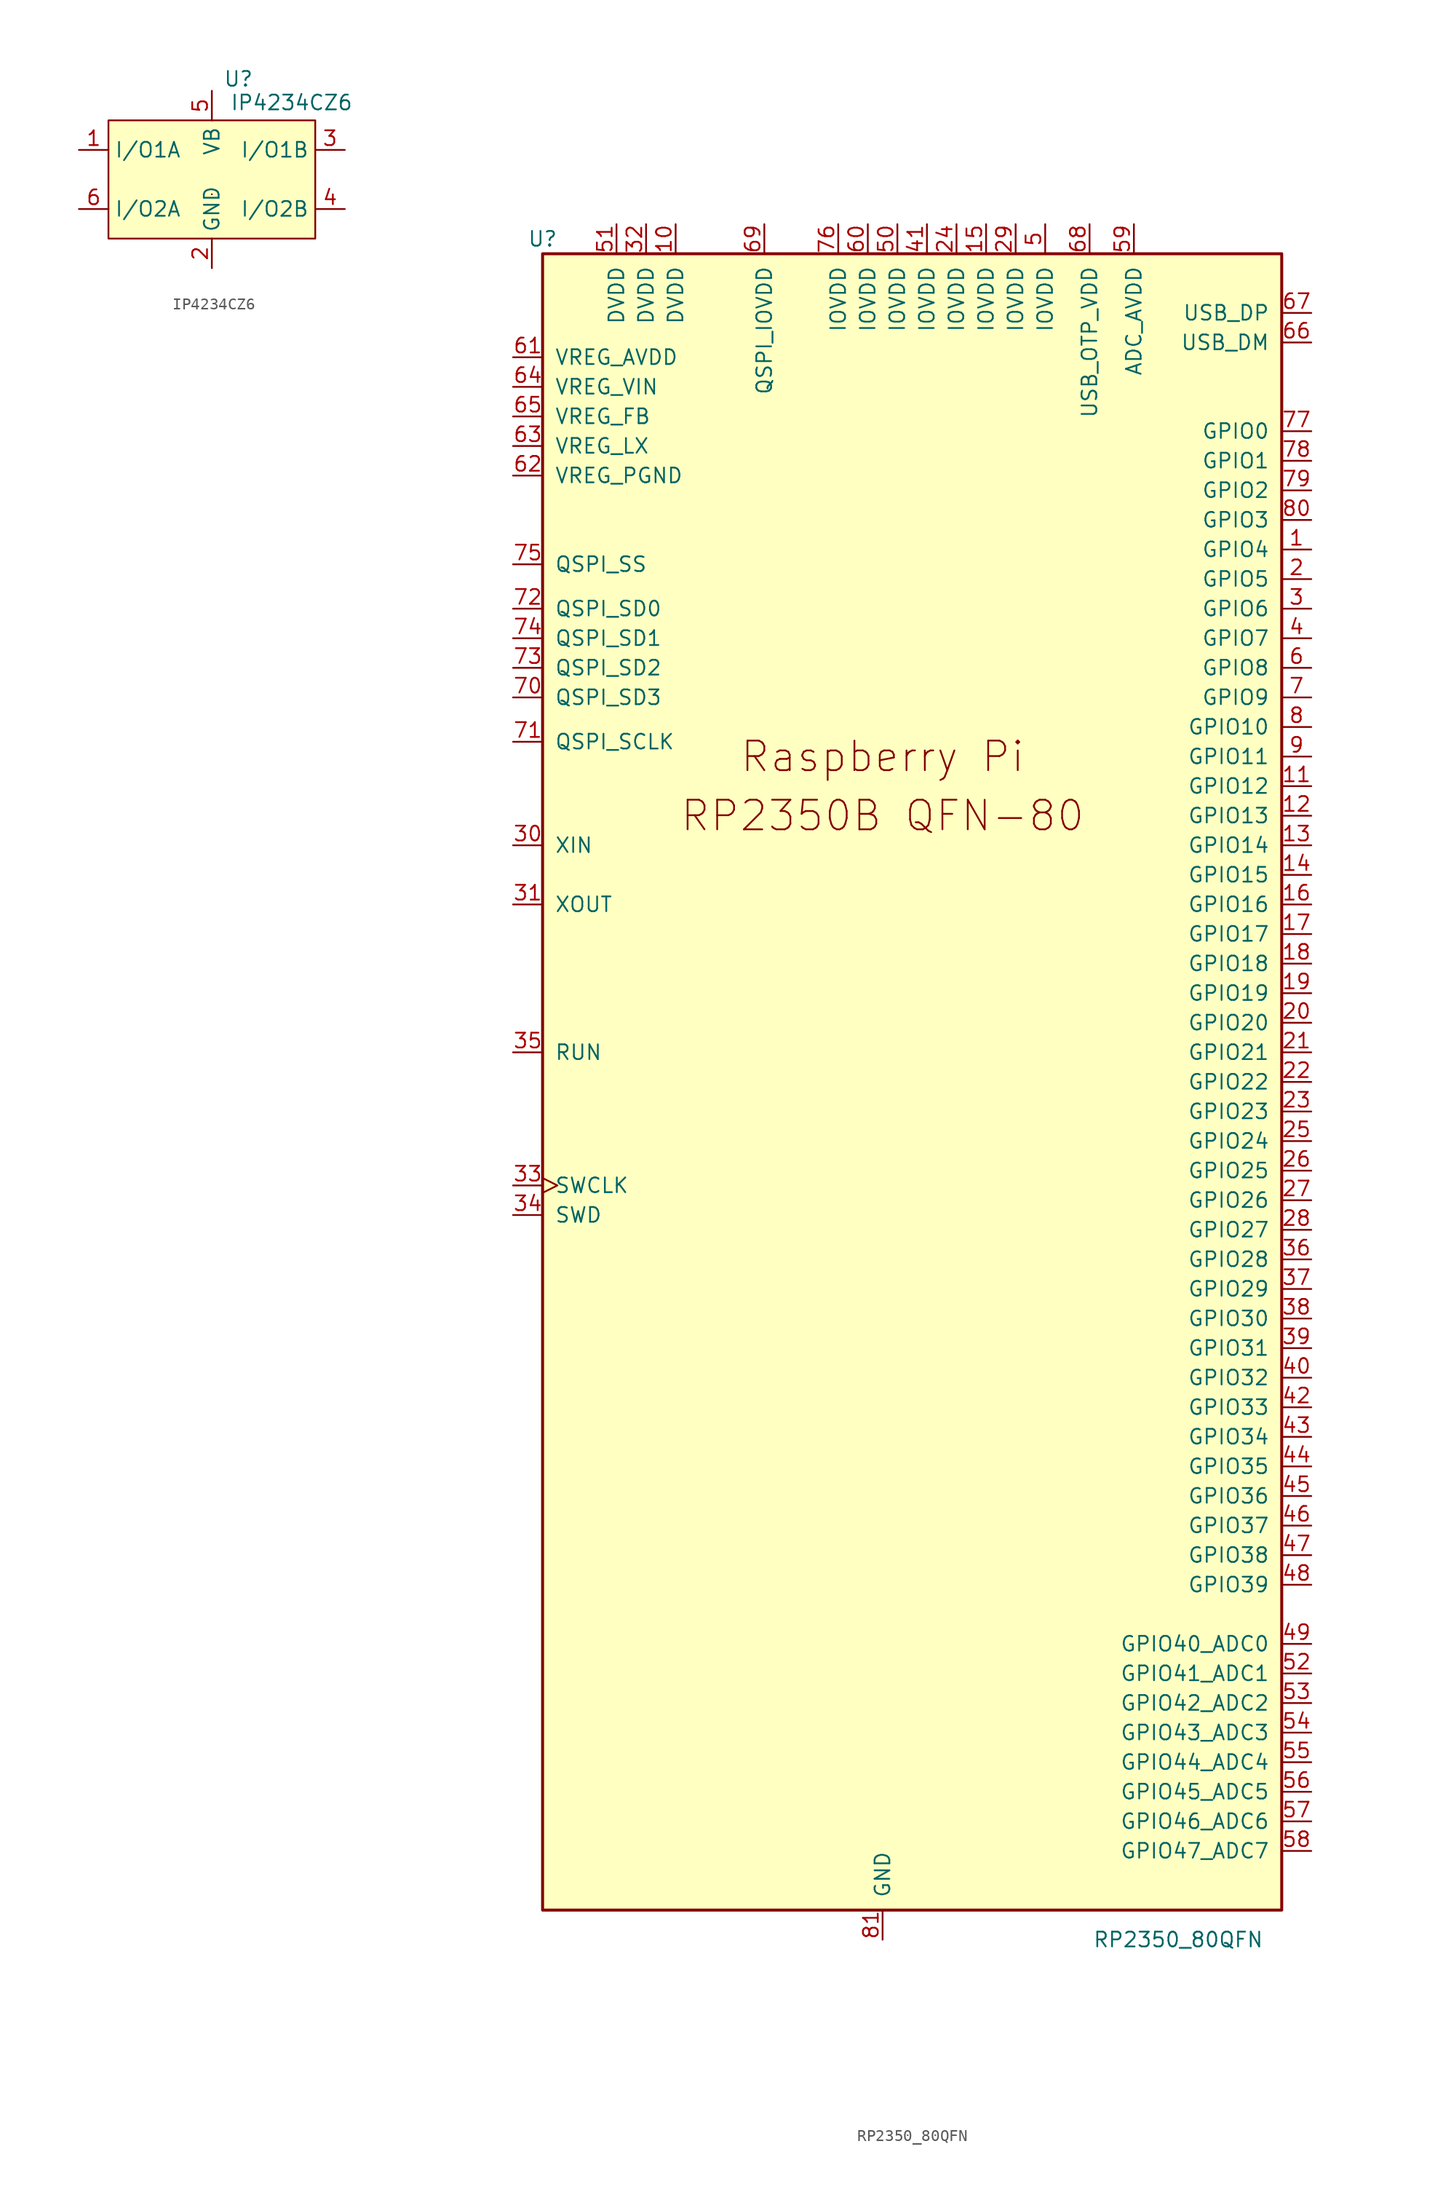
<source format=kicad_sym>
(kicad_symbol_lib
  (version 20241209)
  (generator "kicad_symbol_editor")
  (generator_version "9.0")
  (symbol "IP4234CZ6"
    (property "Reference" "U"
      (at 2.286 8.636 0)
      (effects (font (size 1.27 1.27))))
    (property "Value" "IP4234CZ6"
      (at 6.858 6.604 0)
      (effects (font (size 1.27 1.27))))
    (symbol "IP4234CZ6_0_1"
      (polyline (pts (xy 0 -1.27) (xy 0 -1.27)) (stroke (width 0) (type default)) (fill (type none))))
    (symbol "IP4234CZ6_1_1"
      (rectangle (start -8.89 5.08) (end 8.89 -5.08) (stroke (width 0) (type default)) (fill (type background)))
      (pin bidirectional line (at -11.43 2.54 0) (length 2.54) (name "I/O1A" (effects (font (size 1.27 1.27)))) (number "1" (effects (font (size 1.27 1.27)))))
      (pin bidirectional line (at -11.43 -2.54 0) (length 2.54) (name "I/O2A" (effects (font (size 1.27 1.27)))) (number "6" (effects (font (size 1.27 1.27)))))
      (pin passive line (at 0 7.62 270) (length 2.54) (name "VB" (effects (font (size 1.27 1.27)))) (number "5" (effects (font (size 1.27 1.27)))))
      (pin passive line (at 0 -7.62 90) (length 2.54) (name "GND" (effects (font (size 1.27 1.27)))) (number "2" (effects (font (size 1.27 1.27)))))
      (pin bidirectional line (at 11.43 2.54 180) (length 2.54) (name "I/O1B" (effects (font (size 1.27 1.27)))) (number "3" (effects (font (size 1.27 1.27)))))
      (pin bidirectional line (at 11.43 -2.54 180) (length 2.54) (name "I/O2B" (effects (font (size 1.27 1.27)))) (number "4" (effects (font (size 1.27 1.27)))))))
  (symbol "RP2350_80QFN"
    (pin_names
      (offset 1.016))
    (property "Reference" "U"
      (at -29.21 49.53 0)
      (effects (font (size 1.27 1.27))))
    (property "Value" "RP2350_80QFN"
      (at 25.4 -96.52 0)
      (effects (font (size 1.27 1.27))))
    (symbol "RP2350_80QFN_0_0"
      (text "Raspberry Pi" (at 0 5.08 0) (effects (font (size 2.54 2.54)))))
    (symbol "RP2350_80QFN_0_1"
      (rectangle (start -29.21 48.26) (end 34.29 -93.98) (stroke (width 0.254) (type default)) (fill (type background))))
    (symbol "RP2350_80QFN_1_0"
      (text "RP2350B QFN-80" (at 0 0 0) (effects (font (size 2.54 2.54)))))
    (symbol "RP2350_80QFN_1_1"
      (pin power_in line (at -31.75 39.37 0) (length 2.54) (name "VREG_AVDD" (effects (font (size 1.27 1.27)))) (number "61" (effects (font (size 1.27 1.27)))))
      (pin power_in line (at -31.75 36.83 0) (length 2.54) (name "VREG_VIN" (effects (font (size 1.27 1.27)))) (number "64" (effects (font (size 1.27 1.27)))))
      (pin input line (at -31.75 34.29 0) (length 2.54) (name "VREG_FB" (effects (font (size 1.27 1.27)))) (number "65" (effects (font (size 1.27 1.27)))))
      (pin power_out line (at -31.75 31.75 0) (length 2.54) (name "VREG_LX" (effects (font (size 1.27 1.27)))) (number "63" (effects (font (size 1.27 1.27)))))
      (pin power_in line (at -31.75 29.21 0) (length 2.54) (name "VREG_PGND" (effects (font (size 1.27 1.27)))) (number "62" (effects (font (size 1.27 1.27)))))
      (pin bidirectional line (at -31.75 21.59 0) (length 2.54) (name "QSPI_SS" (effects (font (size 1.27 1.27)))) (number "75" (effects (font (size 1.27 1.27)))))
      (pin bidirectional line (at -31.75 17.78 0) (length 2.54) (name "QSPI_SD0" (effects (font (size 1.27 1.27)))) (number "72" (effects (font (size 1.27 1.27)))))
      (pin bidirectional line (at -31.75 15.24 0) (length 2.54) (name "QSPI_SD1" (effects (font (size 1.27 1.27)))) (number "74" (effects (font (size 1.27 1.27)))))
      (pin bidirectional line (at -31.75 12.7 0) (length 2.54) (name "QSPI_SD2" (effects (font (size 1.27 1.27)))) (number "73" (effects (font (size 1.27 1.27)))))
      (pin bidirectional line (at -31.75 10.16 0) (length 2.54) (name "QSPI_SD3" (effects (font (size 1.27 1.27)))) (number "70" (effects (font (size 1.27 1.27)))))
      (pin output line (at -31.75 6.35 0) (length 2.54) (name "QSPI_SCLK" (effects (font (size 1.27 1.27)))) (number "71" (effects (font (size 1.27 1.27)))))
      (pin input line (at -31.75 -2.54 0) (length 2.54) (name "XIN" (effects (font (size 1.27 1.27)))) (number "30" (effects (font (size 1.27 1.27)))))
      (pin passive line (at -31.75 -7.62 0) (length 2.54) (name "XOUT" (effects (font (size 1.27 1.27)))) (number "31" (effects (font (size 1.27 1.27)))))
      (pin input line (at -31.75 -20.32 0) (length 2.54) (name "RUN" (effects (font (size 1.27 1.27)))) (number "35" (effects (font (size 1.27 1.27)))))
      (pin input clock (at -31.75 -31.75 0) (length 2.54) (name "SWCLK" (effects (font (size 1.27 1.27)))) (number "33" (effects (font (size 1.27 1.27)))))
      (pin bidirectional line (at -31.75 -34.29 0) (length 2.54) (name "SWD" (effects (font (size 1.27 1.27)))) (number "34" (effects (font (size 1.27 1.27)))))
      (pin power_in line (at -22.86 50.8 270) (length 2.54) (name "DVDD" (effects (font (size 1.27 1.27)))) (number "51" (effects (font (size 1.27 1.27)))))
      (pin power_in line (at -20.32 50.8 270) (length 2.54) (name "DVDD" (effects (font (size 1.27 1.27)))) (number "32" (effects (font (size 1.27 1.27)))))
      (pin power_in line (at -17.78 50.8 270) (length 2.54) (name "DVDD" (effects (font (size 1.27 1.27)))) (number "10" (effects (font (size 1.27 1.27)))))
      (pin power_in line (at -10.16 50.8 270) (length 2.54) (name "QSPI_IOVDD" (effects (font (size 1.27 1.27)))) (number "69" (effects (font (size 1.27 1.27)))))
      (pin power_in line (at -3.81 50.8 270) (length 2.54) (name "IOVDD" (effects (font (size 1.27 1.27)))) (number "76" (effects (font (size 1.27 1.27)))))
      (pin power_in line (at -1.27 50.8 270) (length 2.54) (name "IOVDD" (effects (font (size 1.27 1.27)))) (number "60" (effects (font (size 1.27 1.27)))))
      (pin power_in line (at 0 -96.52 90) (length 2.54) (name "GND" (effects (font (size 1.27 1.27)))) (number "81" (effects (font (size 1.27 1.27)))))
      (pin power_in line (at 1.27 50.8 270) (length 2.54) (name "IOVDD" (effects (font (size 1.27 1.27)))) (number "50" (effects (font (size 1.27 1.27)))))
      (pin power_in line (at 3.81 50.8 270) (length 2.54) (name "IOVDD" (effects (font (size 1.27 1.27)))) (number "41" (effects (font (size 1.27 1.27)))))
      (pin power_in line (at 6.35 50.8 270) (length 2.54) (name "IOVDD" (effects (font (size 1.27 1.27)))) (number "24" (effects (font (size 1.27 1.27)))))
      (pin power_in line (at 8.89 50.8 270) (length 2.54) (name "IOVDD" (effects (font (size 1.27 1.27)))) (number "15" (effects (font (size 1.27 1.27)))))
      (pin power_in line (at 11.43 50.8 270) (length 2.54) (name "IOVDD" (effects (font (size 1.27 1.27)))) (number "29" (effects (font (size 1.27 1.27)))))
      (pin power_in line (at 13.97 50.8 270) (length 2.54) (name "IOVDD" (effects (font (size 1.27 1.27)))) (number "5" (effects (font (size 1.27 1.27)))))
      (pin power_in line (at 17.78 50.8 270) (length 2.54) (name "USB_OTP_VDD" (effects (font (size 1.27 1.27)))) (number "68" (effects (font (size 1.27 1.27)))))
      (pin power_in line (at 21.59 50.8 270) (length 2.54) (name "ADC_AVDD" (effects (font (size 1.27 1.27)))) (number "59" (effects (font (size 1.27 1.27)))))
      (pin bidirectional line (at 36.83 43.18 180) (length 2.54) (name "USB_DP" (effects (font (size 1.27 1.27)))) (number "67" (effects (font (size 1.27 1.27)))))
      (pin bidirectional line (at 36.83 40.64 180) (length 2.54) (name "USB_DM" (effects (font (size 1.27 1.27)))) (number "66" (effects (font (size 1.27 1.27)))))
      (pin bidirectional line (at 36.83 33.02 180) (length 2.54) (name "GPIO0" (effects (font (size 1.27 1.27)))) (number "77" (effects (font (size 1.27 1.27)))))
      (pin bidirectional line (at 36.83 30.48 180) (length 2.54) (name "GPIO1" (effects (font (size 1.27 1.27)))) (number "78" (effects (font (size 1.27 1.27)))))
      (pin bidirectional line (at 36.83 27.94 180) (length 2.54) (name "GPIO2" (effects (font (size 1.27 1.27)))) (number "79" (effects (font (size 1.27 1.27)))))
      (pin bidirectional line (at 36.83 25.4 180) (length 2.54) (name "GPIO3" (effects (font (size 1.27 1.27)))) (number "80" (effects (font (size 1.27 1.27)))))
      (pin bidirectional line (at 36.83 22.86 180) (length 2.54) (name "GPIO4" (effects (font (size 1.27 1.27)))) (number "1" (effects (font (size 1.27 1.27)))))
      (pin bidirectional line (at 36.83 20.32 180) (length 2.54) (name "GPIO5" (effects (font (size 1.27 1.27)))) (number "2" (effects (font (size 1.27 1.27)))))
      (pin bidirectional line (at 36.83 17.78 180) (length 2.54) (name "GPIO6" (effects (font (size 1.27 1.27)))) (number "3" (effects (font (size 1.27 1.27)))))
      (pin bidirectional line (at 36.83 15.24 180) (length 2.54) (name "GPIO7" (effects (font (size 1.27 1.27)))) (number "4" (effects (font (size 1.27 1.27)))))
      (pin bidirectional line (at 36.83 12.7 180) (length 2.54) (name "GPIO8" (effects (font (size 1.27 1.27)))) (number "6" (effects (font (size 1.27 1.27)))))
      (pin bidirectional line (at 36.83 10.16 180) (length 2.54) (name "GPIO9" (effects (font (size 1.27 1.27)))) (number "7" (effects (font (size 1.27 1.27)))))
      (pin bidirectional line (at 36.83 7.62 180) (length 2.54) (name "GPIO10" (effects (font (size 1.27 1.27)))) (number "8" (effects (font (size 1.27 1.27)))))
      (pin bidirectional line (at 36.83 5.08 180) (length 2.54) (name "GPIO11" (effects (font (size 1.27 1.27)))) (number "9" (effects (font (size 1.27 1.27)))))
      (pin bidirectional line (at 36.83 2.54 180) (length 2.54) (name "GPIO12" (effects (font (size 1.27 1.27)))) (number "11" (effects (font (size 1.27 1.27)))))
      (pin bidirectional line (at 36.83 0 180) (length 2.54) (name "GPIO13" (effects (font (size 1.27 1.27)))) (number "12" (effects (font (size 1.27 1.27)))))
      (pin bidirectional line (at 36.83 -2.54 180) (length 2.54) (name "GPIO14" (effects (font (size 1.27 1.27)))) (number "13" (effects (font (size 1.27 1.27)))))
      (pin bidirectional line (at 36.83 -5.08 180) (length 2.54) (name "GPIO15" (effects (font (size 1.27 1.27)))) (number "14" (effects (font (size 1.27 1.27)))))
      (pin bidirectional line (at 36.83 -7.62 180) (length 2.54) (name "GPIO16" (effects (font (size 1.27 1.27)))) (number "16" (effects (font (size 1.27 1.27)))))
      (pin bidirectional line (at 36.83 -10.16 180) (length 2.54) (name "GPIO17" (effects (font (size 1.27 1.27)))) (number "17" (effects (font (size 1.27 1.27)))))
      (pin bidirectional line (at 36.83 -12.7 180) (length 2.54) (name "GPIO18" (effects (font (size 1.27 1.27)))) (number "18" (effects (font (size 1.27 1.27)))))
      (pin bidirectional line (at 36.83 -15.24 180) (length 2.54) (name "GPIO19" (effects (font (size 1.27 1.27)))) (number "19" (effects (font (size 1.27 1.27)))))
      (pin bidirectional line (at 36.83 -17.78 180) (length 2.54) (name "GPIO20" (effects (font (size 1.27 1.27)))) (number "20" (effects (font (size 1.27 1.27)))))
      (pin bidirectional line (at 36.83 -20.32 180) (length 2.54) (name "GPIO21" (effects (font (size 1.27 1.27)))) (number "21" (effects (font (size 1.27 1.27)))))
      (pin bidirectional line (at 36.83 -22.86 180) (length 2.54) (name "GPIO22" (effects (font (size 1.27 1.27)))) (number "22" (effects (font (size 1.27 1.27)))))
      (pin bidirectional line (at 36.83 -25.4 180) (length 2.54) (name "GPIO23" (effects (font (size 1.27 1.27)))) (number "23" (effects (font (size 1.27 1.27)))))
      (pin bidirectional line (at 36.83 -27.94 180) (length 2.54) (name "GPIO24" (effects (font (size 1.27 1.27)))) (number "25" (effects (font (size 1.27 1.27)))))
      (pin bidirectional line (at 36.83 -30.48 180) (length 2.54) (name "GPIO25" (effects (font (size 1.27 1.27)))) (number "26" (effects (font (size 1.27 1.27)))))
      (pin bidirectional line (at 36.83 -33.02 180) (length 2.54) (name "GPIO26" (effects (font (size 1.27 1.27)))) (number "27" (effects (font (size 1.27 1.27)))))
      (pin bidirectional line (at 36.83 -35.56 180) (length 2.54) (name "GPIO27" (effects (font (size 1.27 1.27)))) (number "28" (effects (font (size 1.27 1.27)))))
      (pin bidirectional line (at 36.83 -38.1 180) (length 2.54) (name "GPIO28" (effects (font (size 1.27 1.27)))) (number "36" (effects (font (size 1.27 1.27)))))
      (pin bidirectional line (at 36.83 -40.64 180) (length 2.54) (name "GPIO29" (effects (font (size 1.27 1.27)))) (number "37" (effects (font (size 1.27 1.27)))))
      (pin bidirectional line (at 36.83 -43.18 180) (length 2.54) (name "GPIO30" (effects (font (size 1.27 1.27)))) (number "38" (effects (font (size 1.27 1.27)))))
      (pin bidirectional line (at 36.83 -45.72 180) (length 2.54) (name "GPIO31" (effects (font (size 1.27 1.27)))) (number "39" (effects (font (size 1.27 1.27)))))
      (pin bidirectional line (at 36.83 -48.26 180) (length 2.54) (name "GPIO32" (effects (font (size 1.27 1.27)))) (number "40" (effects (font (size 1.27 1.27)))))
      (pin bidirectional line (at 36.83 -50.8 180) (length 2.54) (name "GPIO33" (effects (font (size 1.27 1.27)))) (number "42" (effects (font (size 1.27 1.27)))))
      (pin bidirectional line (at 36.83 -53.34 180) (length 2.54) (name "GPIO34" (effects (font (size 1.27 1.27)))) (number "43" (effects (font (size 1.27 1.27)))))
      (pin bidirectional line (at 36.83 -55.88 180) (length 2.54) (name "GPIO35" (effects (font (size 1.27 1.27)))) (number "44" (effects (font (size 1.27 1.27)))))
      (pin bidirectional line (at 36.83 -58.42 180) (length 2.54) (name "GPIO36" (effects (font (size 1.27 1.27)))) (number "45" (effects (font (size 1.27 1.27)))))
      (pin bidirectional line (at 36.83 -60.96 180) (length 2.54) (name "GPIO37" (effects (font (size 1.27 1.27)))) (number "46" (effects (font (size 1.27 1.27)))))
      (pin bidirectional line (at 36.83 -63.5 180) (length 2.54) (name "GPIO38" (effects (font (size 1.27 1.27)))) (number "47" (effects (font (size 1.27 1.27)))))
      (pin bidirectional line (at 36.83 -66.04 180) (length 2.54) (name "GPIO39" (effects (font (size 1.27 1.27)))) (number "48" (effects (font (size 1.27 1.27)))))
      (pin bidirectional line (at 36.83 -71.12 180) (length 2.54) (name "GPIO40_ADC0" (effects (font (size 1.27 1.27)))) (number "49" (effects (font (size 1.27 1.27)))))
      (pin bidirectional line (at 36.83 -73.66 180) (length 2.54) (name "GPIO41_ADC1" (effects (font (size 1.27 1.27)))) (number "52" (effects (font (size 1.27 1.27)))))
      (pin bidirectional line (at 36.83 -76.2 180) (length 2.54) (name "GPIO42_ADC2" (effects (font (size 1.27 1.27)))) (number "53" (effects (font (size 1.27 1.27)))))
      (pin bidirectional line (at 36.83 -78.74 180) (length 2.54) (name "GPIO43_ADC3" (effects (font (size 1.27 1.27)))) (number "54" (effects (font (size 1.27 1.27)))))
      (pin bidirectional line (at 36.83 -81.28 180) (length 2.54) (name "GPIO44_ADC4" (effects (font (size 1.27 1.27)))) (number "55" (effects (font (size 1.27 1.27)))))
      (pin bidirectional line (at 36.83 -83.82 180) (length 2.54) (name "GPIO45_ADC5" (effects (font (size 1.27 1.27)))) (number "56" (effects (font (size 1.27 1.27)))))
      (pin bidirectional line (at 36.83 -86.36 180) (length 2.54) (name "GPIO46_ADC6" (effects (font (size 1.27 1.27)))) (number "57" (effects (font (size 1.27 1.27)))))
      (pin bidirectional line (at 36.83 -88.9 180) (length 2.54) (name "GPIO47_ADC7" (effects (font (size 1.27 1.27)))) (number "58" (effects (font (size 1.27 1.27))))))))
</source>
